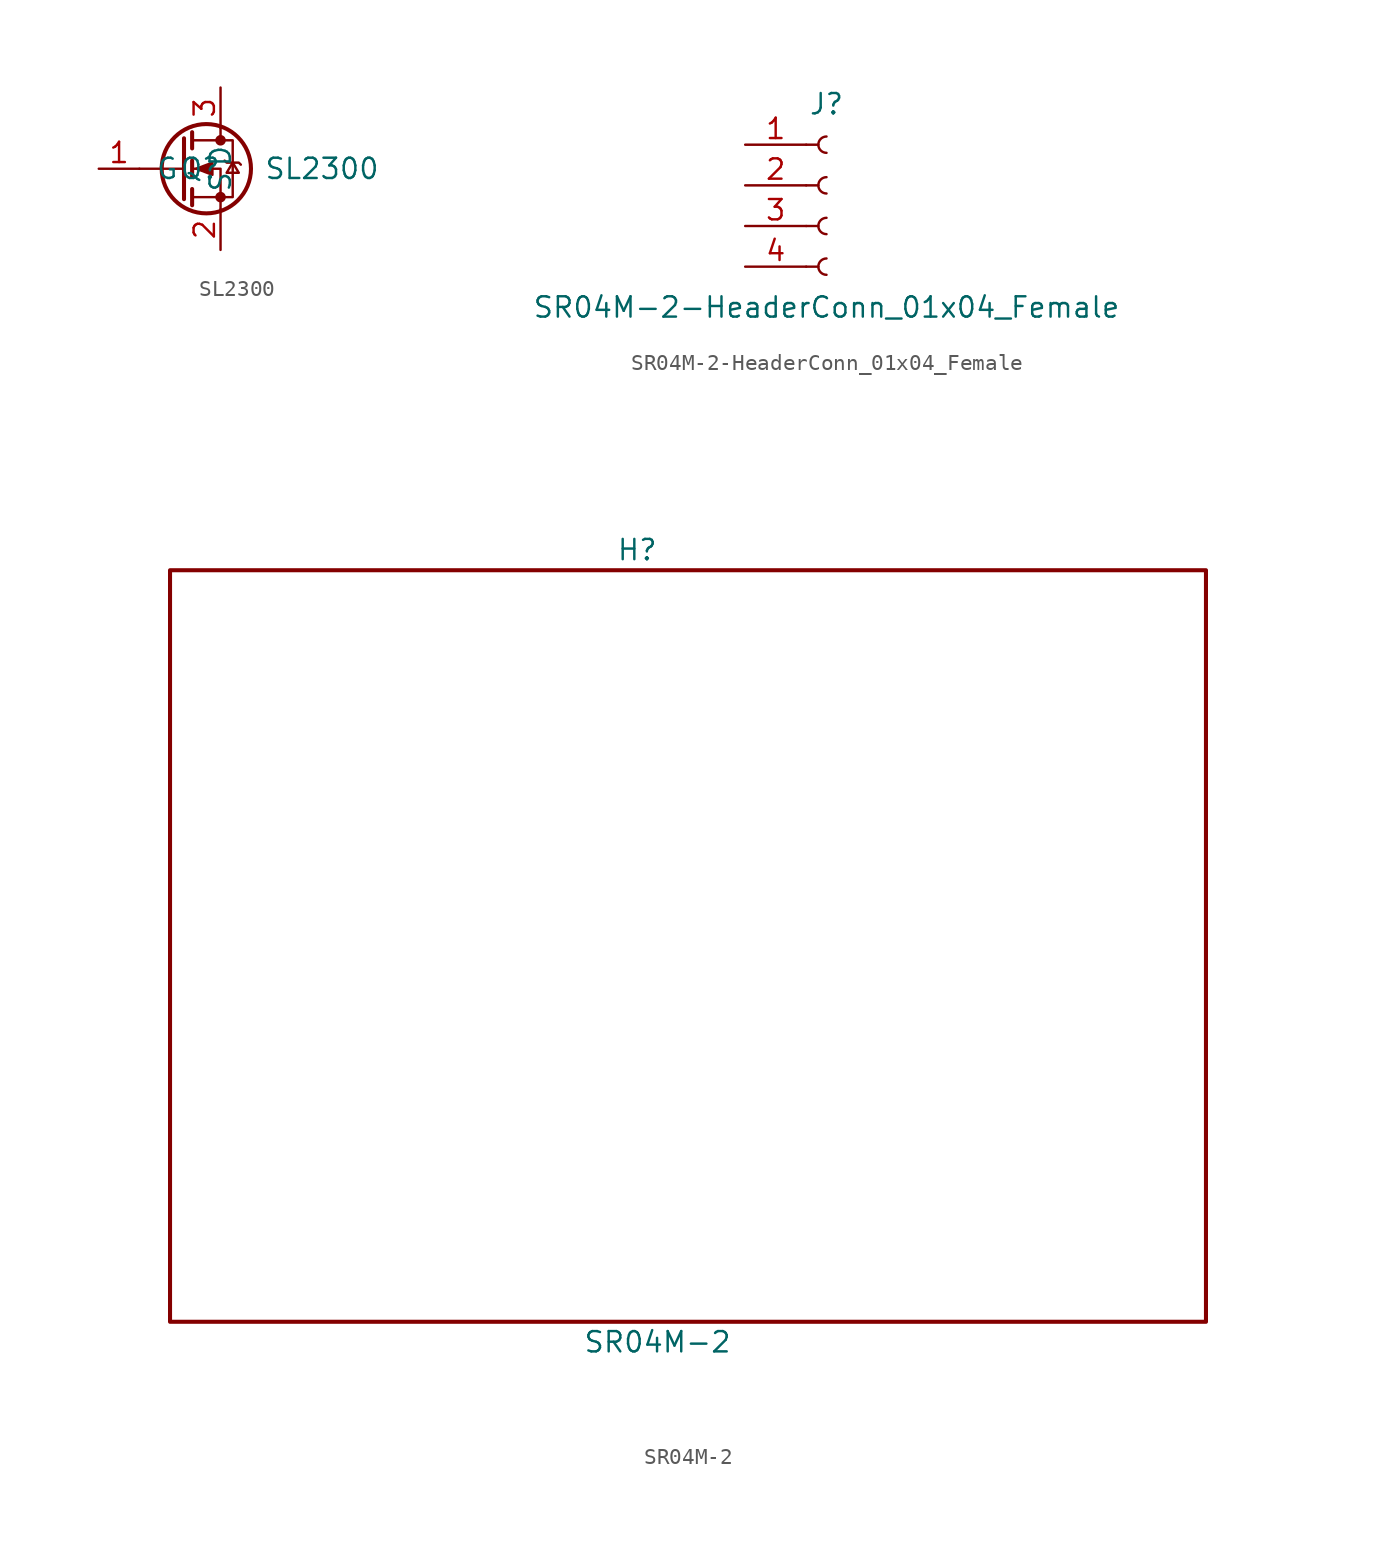
<source format=kicad_sym>
(kicad_symbol_lib
  (version 20220914)
  (generator kicad_symbol_editor)
  (symbol "SL2300"
    (pin_names
      (offset 1.016))
    (property "Reference" "Q"
      (at 0 0 0)
      (effects (font (size 1.27 1.27))))
    (property "Value" "SL2300"
      (at 7.62 0 0)
      (effects (font (size 1.27 1.27))))
    (symbol "SL2300_1_1"
      (polyline (pts (xy -1.016 0) (xy -3.81 0)) (stroke (width 0) (type solid)) (fill (type none)))
      (polyline (pts (xy -1.016 1.905) (xy -1.016 -1.905)) (stroke (width 0.254) (type solid)) (fill (type none)))
      (polyline (pts (xy -0.508 -1.27) (xy -0.508 -2.286)) (stroke (width 0.254) (type solid)) (fill (type none)))
      (polyline (pts (xy -0.508 0.508) (xy -0.508 -0.508)) (stroke (width 0.254) (type solid)) (fill (type none)))
      (polyline (pts (xy -0.508 2.286) (xy -0.508 1.27)) (stroke (width 0.254) (type solid)) (fill (type none)))
      (polyline (pts (xy 1.27 2.54) (xy 1.27 1.778)) (stroke (width 0) (type solid)) (fill (type none)))
      (polyline (pts (xy 1.27 -2.54) (xy 1.27 0) (xy -0.508 0)) (stroke (width 0) (type solid)) (fill (type none)))
      (polyline (pts (xy -0.508 -1.778) (xy 2.032 -1.778) (xy 2.032 1.778) (xy -0.508 1.778)) (stroke (width 0) (type solid)) (fill (type none)))
      (polyline (pts (xy -0.254 0) (xy 0.762 0.381) (xy 0.762 -0.381) (xy -0.254 0)) (stroke (width 0) (type solid)) (fill (type outline)))
      (polyline (pts (xy 1.524 0.508) (xy 1.651 0.381) (xy 2.413 0.381) (xy 2.54 0.254)) (stroke (width 0) (type solid)) (fill (type none)))
      (polyline (pts (xy 2.032 0.381) (xy 1.651 -0.254) (xy 2.413 -0.254) (xy 2.032 0.381)) (stroke (width 0) (type solid)) (fill (type none)))
      (circle (center 0.381 0) (radius 2.794) (stroke (width 0.254) (type solid)) (fill (type none)))
      (circle (center 1.27 -1.778) (radius 0.254) (stroke (width 0) (type solid)) (fill (type outline)))
      (circle (center 1.27 1.778) (radius 0.254) (stroke (width 0) (type solid)) (fill (type outline)))
      (pin input line (at -6.35 0 0) (length 2.54) (name "G" (effects (font (size 1.27 1.27)))) (number "1" (effects (font (size 1.27 1.27)))))
      (pin passive line (at 1.27 -5.08 90) (length 2.54) (name "S" (effects (font (size 1.27 1.27)))) (number "2" (effects (font (size 1.27 1.27)))))
      (pin passive line (at 1.27 5.08 270) (length 2.54) (name "D" (effects (font (size 1.27 1.27)))) (number "3" (effects (font (size 1.27 1.27)))))))
  (symbol "SR04M-2-HeaderConn_01x04_Female"
    (pin_names
      (offset 1.016) hide)
    (property "Reference" "J"
      (at 0 5.08 0)
      (effects (font (size 1.27 1.27))))
    (property "Value" "SR04M-2-HeaderConn_01x04_Female"
      (at 0 -7.62 0)
      (effects (font (size 1.27 1.27))))
    (symbol "SR04M-2-HeaderConn_01x04_Female_1_1"
      (arc (start 0 -4.572) (mid -0.5058 -5.08) (end 0 -5.588) (stroke (width 0.1524) (type solid)) (fill (type none)))
      (arc (start 0 -2.032) (mid -0.5058 -2.54) (end 0 -3.048) (stroke (width 0.1524) (type solid)) (fill (type none)))
      (polyline (pts (xy -1.27 -5.08) (xy -0.508 -5.08)) (stroke (width 0.152) (type solid)) (fill (type none)))
      (polyline (pts (xy -1.27 -2.54) (xy -0.508 -2.54)) (stroke (width 0.152) (type solid)) (fill (type none)))
      (polyline (pts (xy -1.27 0) (xy -0.508 0)) (stroke (width 0.152) (type solid)) (fill (type none)))
      (polyline (pts (xy -1.27 2.54) (xy -0.508 2.54)) (stroke (width 0.152) (type solid)) (fill (type none)))
      (arc (start 0 0.508) (mid -0.5058 0) (end 0 -0.508) (stroke (width 0.1524) (type solid)) (fill (type none)))
      (arc (start 0 3.048) (mid -0.5058 2.54) (end 0 2.032) (stroke (width 0.1524) (type solid)) (fill (type none)))
      (pin power_in line (at -5.08 2.54 0) (length 3.81) (name "VCC" (effects (font (size 1.27 1.27)))) (number "1" (effects (font (size 1.27 1.27)))))
      (pin input line (at -5.08 0 0) (length 3.81) (name "RX" (effects (font (size 1.27 1.27)))) (number "2" (effects (font (size 1.27 1.27)))))
      (pin output line (at -5.08 -2.54 0) (length 3.81) (name "TX" (effects (font (size 1.27 1.27)))) (number "3" (effects (font (size 1.27 1.27)))))
      (pin power_in line (at -5.08 -5.08 0) (length 3.81) (name "GND" (effects (font (size 1.27 1.27)))) (number "4" (effects (font (size 1.27 1.27)))))))
  (symbol "SR04M-2"
    (pin_names
      (offset 1.016))
    (property "Reference" "H"
      (at 6.35 27.94 0)
      (effects (font (size 1.27 1.27))))
    (property "Value" "SR04M-2"
      (at 7.62 -21.59 0)
      (effects (font (size 1.27 1.27))))
    (symbol "SR04M-2_0_1"
      (rectangle (start -22.86 26.67) (end 41.91 -20.32) (stroke (width 0.254) (type solid)) (fill (type none))))))
</source>
